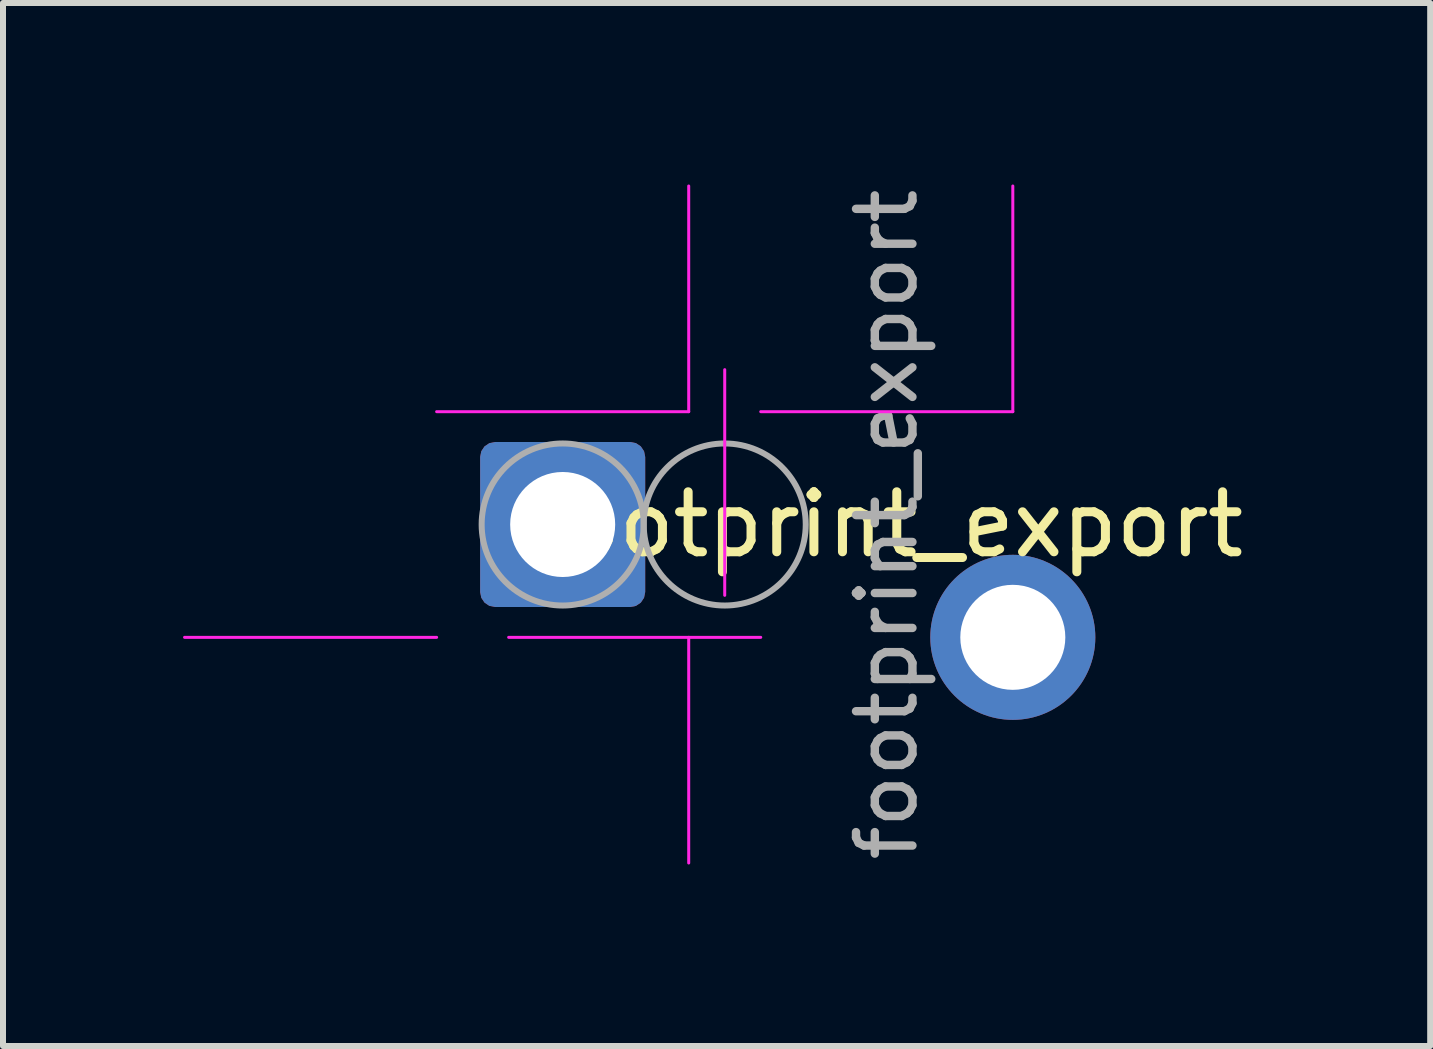
<source format=kicad_pcb>
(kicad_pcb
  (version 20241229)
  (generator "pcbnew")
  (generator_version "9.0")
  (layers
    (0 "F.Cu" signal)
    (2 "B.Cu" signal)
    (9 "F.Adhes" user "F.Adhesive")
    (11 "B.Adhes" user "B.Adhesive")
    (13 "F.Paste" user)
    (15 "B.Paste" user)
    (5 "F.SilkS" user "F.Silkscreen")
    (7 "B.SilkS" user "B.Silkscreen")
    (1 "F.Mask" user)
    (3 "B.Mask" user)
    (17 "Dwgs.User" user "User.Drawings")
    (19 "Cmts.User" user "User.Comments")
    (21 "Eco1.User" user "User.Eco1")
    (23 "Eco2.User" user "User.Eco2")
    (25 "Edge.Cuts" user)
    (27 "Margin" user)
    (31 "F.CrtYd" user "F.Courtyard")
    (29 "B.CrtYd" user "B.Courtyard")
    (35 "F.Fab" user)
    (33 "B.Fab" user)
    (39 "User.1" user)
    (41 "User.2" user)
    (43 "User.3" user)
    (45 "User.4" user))
  (footprint "footprint_export"
    (layer "F.Cu")
    (at 6.325 5.689)
    (property "Reference" "footprint_export" (at 5.4 0 180) (layer "F.SilkS") (effects (font (size 1 1) (thickness 0.15))))
    (attr exclude_from_pos_files exclude_from_bom)
    (fp_line (start -2.1 -1.88) (end 2.1 -1.88) (stroke (width 0.05) (type solid)) (layer "F.CrtYd"))
    (fp_line (start -2.1 1.88) (end -6.3 1.88) (stroke (width 0.05) (type solid)) (layer "F.CrtYd"))
    (fp_line (start 2.1 -1.88) (end 2.1 -5.64) (stroke (width 0.05) (type solid)) (layer "F.CrtYd"))
    (fp_line (start 2.1 1.88) (end 2.1 5.64) (stroke (width 0.05) (type solid)) (layer "F.CrtYd"))
    (fp_line (start 2.7 -2.58) (end 2.7 1.18) (stroke (width 0.05) (type solid)) (layer "F.CrtYd"))
    (fp_line (start 3.3 -1.88) (end 7.5 -1.88) (stroke (width 0.05) (type solid)) (layer "F.CrtYd"))
    (fp_line (start 3.3 1.88) (end -0.9 1.88) (stroke (width 0.05) (type solid)) (layer "F.CrtYd"))
    (fp_line (start 7.5 -1.88) (end 7.5 -5.64) (stroke (width 0.05) (type solid)) (layer "F.CrtYd"))
    (fp_circle (center 0 0) (end -1.35 0) (stroke (width 0.1) (type solid)) (fill no) (layer "F.Fab"))
    (fp_circle (center 2.7 0) (end 1.35 0) (stroke (width 0.1) (type solid)) (fill no) (layer "F.Fab"))
    (fp_text user "${REFERENCE}" (at 5.4 0 270) (layer "F.Fab") (effects (font (size 0.94 0.94) (thickness 0.14))))
    (pad "1" thru_hole roundrect (at 0 0 180) (size 2.75 2.75) (drill 1.75) (layers "*.Cu" "*.Mask") (roundrect_rratio 0.091))
    (pad "2" thru_hole circle (at 7.5 1.88 180) (size 2.75 2.75) (drill 1.75) (layers "*.Cu" "*.Mask")))
  (gr_rect
    (start -3 -3)
    (end 20.779 14.378)
    (stroke (width 0.1) (type default))
    (fill no)
    (layer "Edge.Cuts")))
</source>
